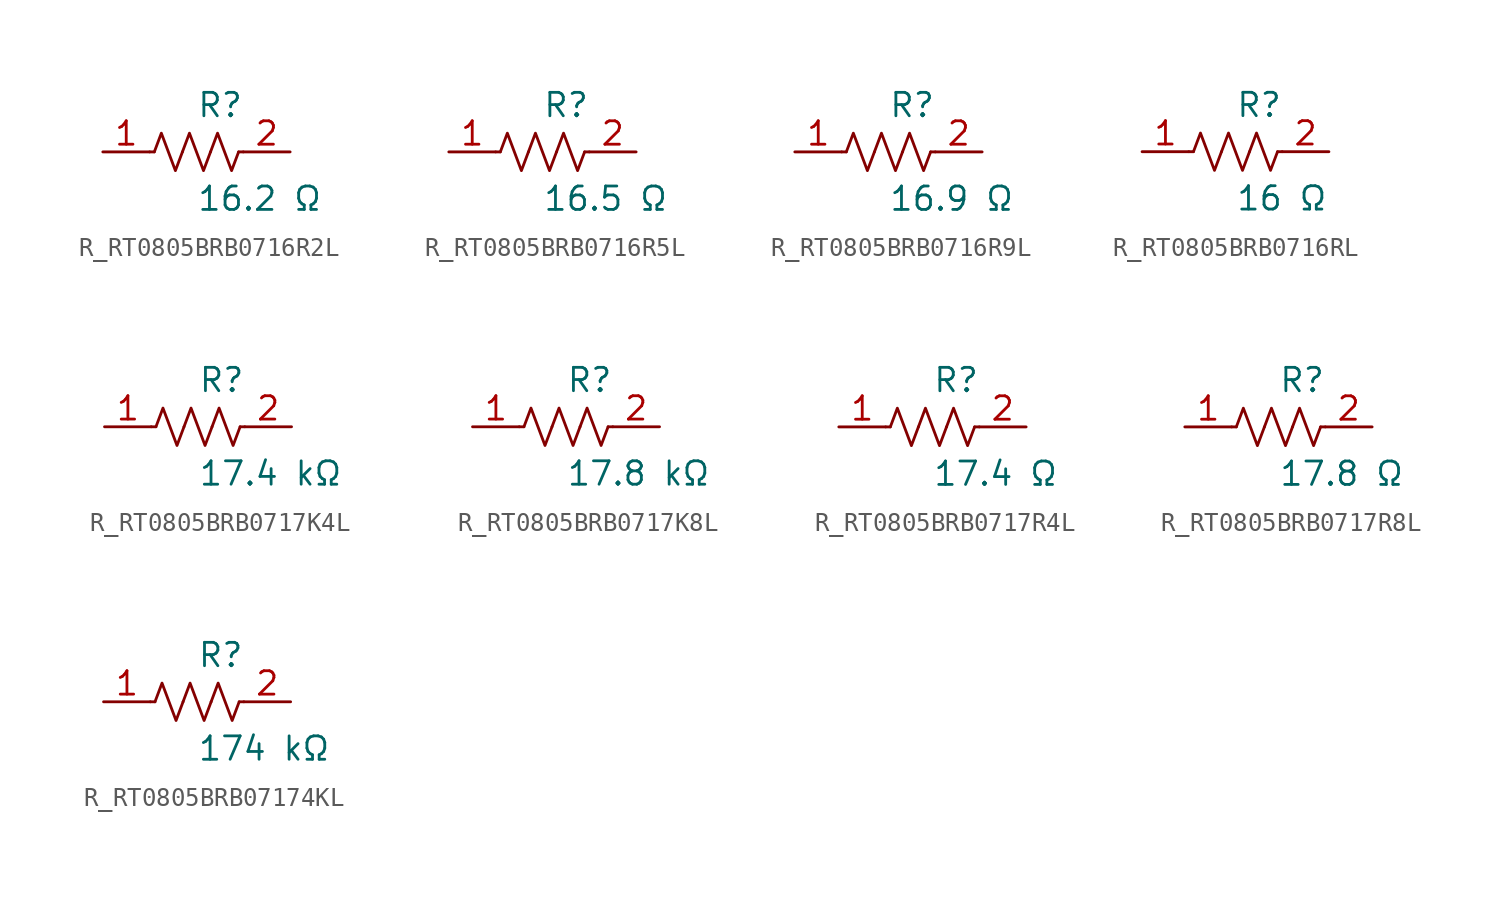
<source format=kicad_sym>
(kicad_symbol_lib
  (version 20231120)
  (generator kicad_symbol_editor)
  (generator_version 8.0)
  (symbol "R_RT0805BRB0716R2L"
    (pin_names
      (offset 0.254))
    (property "Reference" "R"
      (at 0 2.54 0)
      (effects (font (size 1.27 1.27)) (justify left)))
    (property "Value" "16.2 Ω"
      (at 0 -2.54 0)
      (effects (font (size 1.27 1.27)) (justify left)))
    (symbol "R_RT0805BRB0716R2L_0_1"
      (polyline (pts (xy 2.286 0) (xy 2.54 0)) (stroke (width 0) (type default)) (fill (type none)))
      (polyline (pts (xy -2.286 0) (xy -2.54 0)) (stroke (width 0) (type default)) (fill (type none)))
      (polyline (pts (xy 0.762 0) (xy 1.143 1.016) (xy 1.524 0) (xy 1.905 -1.016) (xy 2.286 0)) (stroke (width 0) (type default)) (fill (type none)))
      (polyline (pts (xy -0.762 0) (xy -0.381 1.016) (xy 0 0) (xy 0.381 -1.016) (xy 0.762 0)) (stroke (width 0) (type default)) (fill (type none)))
      (polyline (pts (xy -2.286 0) (xy -1.905 1.016) (xy -1.524 0) (xy -1.143 -1.016) (xy -0.762 0)) (stroke (width 0) (type default)) (fill (type none))))
    (pin unspecified line
      (at -5.08 0 0)
      (length 2.54)
      (name "" (effects (font (size 1.27 1.27))))
      (number "1" (effects (font (size 1.27 1.27)))))
    (pin unspecified line
      (at 5.08 0 180)
      (length 2.54)
      (name "" (effects (font (size 1.27 1.27))))
      (number "2" (effects (font (size 1.27 1.27))))))
  (symbol "R_RT0805BRB0716R5L"
    (pin_names
      (offset 0.254))
    (property "Reference" "R"
      (at 0 2.54 0)
      (effects (font (size 1.27 1.27)) (justify left)))
    (property "Value" "16.5 Ω"
      (at 0 -2.54 0)
      (effects (font (size 1.27 1.27)) (justify left)))
    (symbol "R_RT0805BRB0716R5L_0_1"
      (polyline (pts (xy 2.286 0) (xy 2.54 0)) (stroke (width 0) (type default)) (fill (type none)))
      (polyline (pts (xy -2.286 0) (xy -2.54 0)) (stroke (width 0) (type default)) (fill (type none)))
      (polyline (pts (xy 0.762 0) (xy 1.143 1.016) (xy 1.524 0) (xy 1.905 -1.016) (xy 2.286 0)) (stroke (width 0) (type default)) (fill (type none)))
      (polyline (pts (xy -0.762 0) (xy -0.381 1.016) (xy 0 0) (xy 0.381 -1.016) (xy 0.762 0)) (stroke (width 0) (type default)) (fill (type none)))
      (polyline (pts (xy -2.286 0) (xy -1.905 1.016) (xy -1.524 0) (xy -1.143 -1.016) (xy -0.762 0)) (stroke (width 0) (type default)) (fill (type none))))
    (pin unspecified line
      (at -5.08 0 0)
      (length 2.54)
      (name "" (effects (font (size 1.27 1.27))))
      (number "1" (effects (font (size 1.27 1.27)))))
    (pin unspecified line
      (at 5.08 0 180)
      (length 2.54)
      (name "" (effects (font (size 1.27 1.27))))
      (number "2" (effects (font (size 1.27 1.27))))))
  (symbol "R_RT0805BRB0716R9L"
    (pin_names
      (offset 0.254))
    (property "Reference" "R"
      (at 0 2.54 0)
      (effects (font (size 1.27 1.27)) (justify left)))
    (property "Value" "16.9 Ω"
      (at 0 -2.54 0)
      (effects (font (size 1.27 1.27)) (justify left)))
    (symbol "R_RT0805BRB0716R9L_0_1"
      (polyline (pts (xy 2.286 0) (xy 2.54 0)) (stroke (width 0) (type default)) (fill (type none)))
      (polyline (pts (xy -2.286 0) (xy -2.54 0)) (stroke (width 0) (type default)) (fill (type none)))
      (polyline (pts (xy 0.762 0) (xy 1.143 1.016) (xy 1.524 0) (xy 1.905 -1.016) (xy 2.286 0)) (stroke (width 0) (type default)) (fill (type none)))
      (polyline (pts (xy -0.762 0) (xy -0.381 1.016) (xy 0 0) (xy 0.381 -1.016) (xy 0.762 0)) (stroke (width 0) (type default)) (fill (type none)))
      (polyline (pts (xy -2.286 0) (xy -1.905 1.016) (xy -1.524 0) (xy -1.143 -1.016) (xy -0.762 0)) (stroke (width 0) (type default)) (fill (type none))))
    (pin unspecified line
      (at -5.08 0 0)
      (length 2.54)
      (name "" (effects (font (size 1.27 1.27))))
      (number "1" (effects (font (size 1.27 1.27)))))
    (pin unspecified line
      (at 5.08 0 180)
      (length 2.54)
      (name "" (effects (font (size 1.27 1.27))))
      (number "2" (effects (font (size 1.27 1.27))))))
  (symbol "R_RT0805BRB0716RL"
    (pin_names
      (offset 0.254))
    (property "Reference" "R"
      (at 0 2.54 0)
      (effects (font (size 1.27 1.27)) (justify left)))
    (property "Value" "16 Ω"
      (at 0 -2.54 0)
      (effects (font (size 1.27 1.27)) (justify left)))
    (symbol "R_RT0805BRB0716RL_0_1"
      (polyline (pts (xy 2.286 0) (xy 2.54 0)) (stroke (width 0) (type default)) (fill (type none)))
      (polyline (pts (xy -2.286 0) (xy -2.54 0)) (stroke (width 0) (type default)) (fill (type none)))
      (polyline (pts (xy 0.762 0) (xy 1.143 1.016) (xy 1.524 0) (xy 1.905 -1.016) (xy 2.286 0)) (stroke (width 0) (type default)) (fill (type none)))
      (polyline (pts (xy -0.762 0) (xy -0.381 1.016) (xy 0 0) (xy 0.381 -1.016) (xy 0.762 0)) (stroke (width 0) (type default)) (fill (type none)))
      (polyline (pts (xy -2.286 0) (xy -1.905 1.016) (xy -1.524 0) (xy -1.143 -1.016) (xy -0.762 0)) (stroke (width 0) (type default)) (fill (type none))))
    (pin unspecified line
      (at -5.08 0 0)
      (length 2.54)
      (name "" (effects (font (size 1.27 1.27))))
      (number "1" (effects (font (size 1.27 1.27)))))
    (pin unspecified line
      (at 5.08 0 180)
      (length 2.54)
      (name "" (effects (font (size 1.27 1.27))))
      (number "2" (effects (font (size 1.27 1.27))))))
  (symbol "R_RT0805BRB0717K4L"
    (pin_names
      (offset 0.254))
    (property "Reference" "R"
      (at 0 2.54 0)
      (effects (font (size 1.27 1.27)) (justify left)))
    (property "Value" "17.4 kΩ"
      (at 0 -2.54 0)
      (effects (font (size 1.27 1.27)) (justify left)))
    (symbol "R_RT0805BRB0717K4L_0_1"
      (polyline (pts (xy 2.286 0) (xy 2.54 0)) (stroke (width 0) (type default)) (fill (type none)))
      (polyline (pts (xy -2.286 0) (xy -2.54 0)) (stroke (width 0) (type default)) (fill (type none)))
      (polyline (pts (xy 0.762 0) (xy 1.143 1.016) (xy 1.524 0) (xy 1.905 -1.016) (xy 2.286 0)) (stroke (width 0) (type default)) (fill (type none)))
      (polyline (pts (xy -0.762 0) (xy -0.381 1.016) (xy 0 0) (xy 0.381 -1.016) (xy 0.762 0)) (stroke (width 0) (type default)) (fill (type none)))
      (polyline (pts (xy -2.286 0) (xy -1.905 1.016) (xy -1.524 0) (xy -1.143 -1.016) (xy -0.762 0)) (stroke (width 0) (type default)) (fill (type none))))
    (pin unspecified line
      (at -5.08 0 0)
      (length 2.54)
      (name "" (effects (font (size 1.27 1.27))))
      (number "1" (effects (font (size 1.27 1.27)))))
    (pin unspecified line
      (at 5.08 0 180)
      (length 2.54)
      (name "" (effects (font (size 1.27 1.27))))
      (number "2" (effects (font (size 1.27 1.27))))))
  (symbol "R_RT0805BRB0717K8L"
    (pin_names
      (offset 0.254))
    (property "Reference" "R"
      (at 0 2.54 0)
      (effects (font (size 1.27 1.27)) (justify left)))
    (property "Value" "17.8 kΩ"
      (at 0 -2.54 0)
      (effects (font (size 1.27 1.27)) (justify left)))
    (symbol "R_RT0805BRB0717K8L_0_1"
      (polyline (pts (xy 2.286 0) (xy 2.54 0)) (stroke (width 0) (type default)) (fill (type none)))
      (polyline (pts (xy -2.286 0) (xy -2.54 0)) (stroke (width 0) (type default)) (fill (type none)))
      (polyline (pts (xy 0.762 0) (xy 1.143 1.016) (xy 1.524 0) (xy 1.905 -1.016) (xy 2.286 0)) (stroke (width 0) (type default)) (fill (type none)))
      (polyline (pts (xy -0.762 0) (xy -0.381 1.016) (xy 0 0) (xy 0.381 -1.016) (xy 0.762 0)) (stroke (width 0) (type default)) (fill (type none)))
      (polyline (pts (xy -2.286 0) (xy -1.905 1.016) (xy -1.524 0) (xy -1.143 -1.016) (xy -0.762 0)) (stroke (width 0) (type default)) (fill (type none))))
    (pin unspecified line
      (at -5.08 0 0)
      (length 2.54)
      (name "" (effects (font (size 1.27 1.27))))
      (number "1" (effects (font (size 1.27 1.27)))))
    (pin unspecified line
      (at 5.08 0 180)
      (length 2.54)
      (name "" (effects (font (size 1.27 1.27))))
      (number "2" (effects (font (size 1.27 1.27))))))
  (symbol "R_RT0805BRB0717R4L"
    (pin_names
      (offset 0.254))
    (property "Reference" "R"
      (at 0 2.54 0)
      (effects (font (size 1.27 1.27)) (justify left)))
    (property "Value" "17.4 Ω"
      (at 0 -2.54 0)
      (effects (font (size 1.27 1.27)) (justify left)))
    (symbol "R_RT0805BRB0717R4L_0_1"
      (polyline (pts (xy 2.286 0) (xy 2.54 0)) (stroke (width 0) (type default)) (fill (type none)))
      (polyline (pts (xy -2.286 0) (xy -2.54 0)) (stroke (width 0) (type default)) (fill (type none)))
      (polyline (pts (xy 0.762 0) (xy 1.143 1.016) (xy 1.524 0) (xy 1.905 -1.016) (xy 2.286 0)) (stroke (width 0) (type default)) (fill (type none)))
      (polyline (pts (xy -0.762 0) (xy -0.381 1.016) (xy 0 0) (xy 0.381 -1.016) (xy 0.762 0)) (stroke (width 0) (type default)) (fill (type none)))
      (polyline (pts (xy -2.286 0) (xy -1.905 1.016) (xy -1.524 0) (xy -1.143 -1.016) (xy -0.762 0)) (stroke (width 0) (type default)) (fill (type none))))
    (pin unspecified line
      (at -5.08 0 0)
      (length 2.54)
      (name "" (effects (font (size 1.27 1.27))))
      (number "1" (effects (font (size 1.27 1.27)))))
    (pin unspecified line
      (at 5.08 0 180)
      (length 2.54)
      (name "" (effects (font (size 1.27 1.27))))
      (number "2" (effects (font (size 1.27 1.27))))))
  (symbol "R_RT0805BRB0717R8L"
    (pin_names
      (offset 0.254))
    (property "Reference" "R"
      (at 0 2.54 0)
      (effects (font (size 1.27 1.27)) (justify left)))
    (property "Value" "17.8 Ω"
      (at 0 -2.54 0)
      (effects (font (size 1.27 1.27)) (justify left)))
    (symbol "R_RT0805BRB0717R8L_0_1"
      (polyline (pts (xy 2.286 0) (xy 2.54 0)) (stroke (width 0) (type default)) (fill (type none)))
      (polyline (pts (xy -2.286 0) (xy -2.54 0)) (stroke (width 0) (type default)) (fill (type none)))
      (polyline (pts (xy 0.762 0) (xy 1.143 1.016) (xy 1.524 0) (xy 1.905 -1.016) (xy 2.286 0)) (stroke (width 0) (type default)) (fill (type none)))
      (polyline (pts (xy -0.762 0) (xy -0.381 1.016) (xy 0 0) (xy 0.381 -1.016) (xy 0.762 0)) (stroke (width 0) (type default)) (fill (type none)))
      (polyline (pts (xy -2.286 0) (xy -1.905 1.016) (xy -1.524 0) (xy -1.143 -1.016) (xy -0.762 0)) (stroke (width 0) (type default)) (fill (type none))))
    (pin unspecified line
      (at -5.08 0 0)
      (length 2.54)
      (name "" (effects (font (size 1.27 1.27))))
      (number "1" (effects (font (size 1.27 1.27)))))
    (pin unspecified line
      (at 5.08 0 180)
      (length 2.54)
      (name "" (effects (font (size 1.27 1.27))))
      (number "2" (effects (font (size 1.27 1.27))))))
  (symbol "R_RT0805BRB07174KL"
    (pin_names
      (offset 0.254))
    (property "Reference" "R"
      (at 0 2.54 0)
      (effects (font (size 1.27 1.27)) (justify left)))
    (property "Value" "174 kΩ"
      (at 0 -2.54 0)
      (effects (font (size 1.27 1.27)) (justify left)))
    (symbol "R_RT0805BRB07174KL_0_1"
      (polyline (pts (xy 2.286 0) (xy 2.54 0)) (stroke (width 0) (type default)) (fill (type none)))
      (polyline (pts (xy -2.286 0) (xy -2.54 0)) (stroke (width 0) (type default)) (fill (type none)))
      (polyline (pts (xy 0.762 0) (xy 1.143 1.016) (xy 1.524 0) (xy 1.905 -1.016) (xy 2.286 0)) (stroke (width 0) (type default)) (fill (type none)))
      (polyline (pts (xy -0.762 0) (xy -0.381 1.016) (xy 0 0) (xy 0.381 -1.016) (xy 0.762 0)) (stroke (width 0) (type default)) (fill (type none)))
      (polyline (pts (xy -2.286 0) (xy -1.905 1.016) (xy -1.524 0) (xy -1.143 -1.016) (xy -0.762 0)) (stroke (width 0) (type default)) (fill (type none))))
    (pin unspecified line
      (at -5.08 0 0)
      (length 2.54)
      (name "" (effects (font (size 1.27 1.27))))
      (number "1" (effects (font (size 1.27 1.27)))))
    (pin unspecified line
      (at 5.08 0 180)
      (length 2.54)
      (name "" (effects (font (size 1.27 1.27))))
      (number "2" (effects (font (size 1.27 1.27)))))))
</source>
